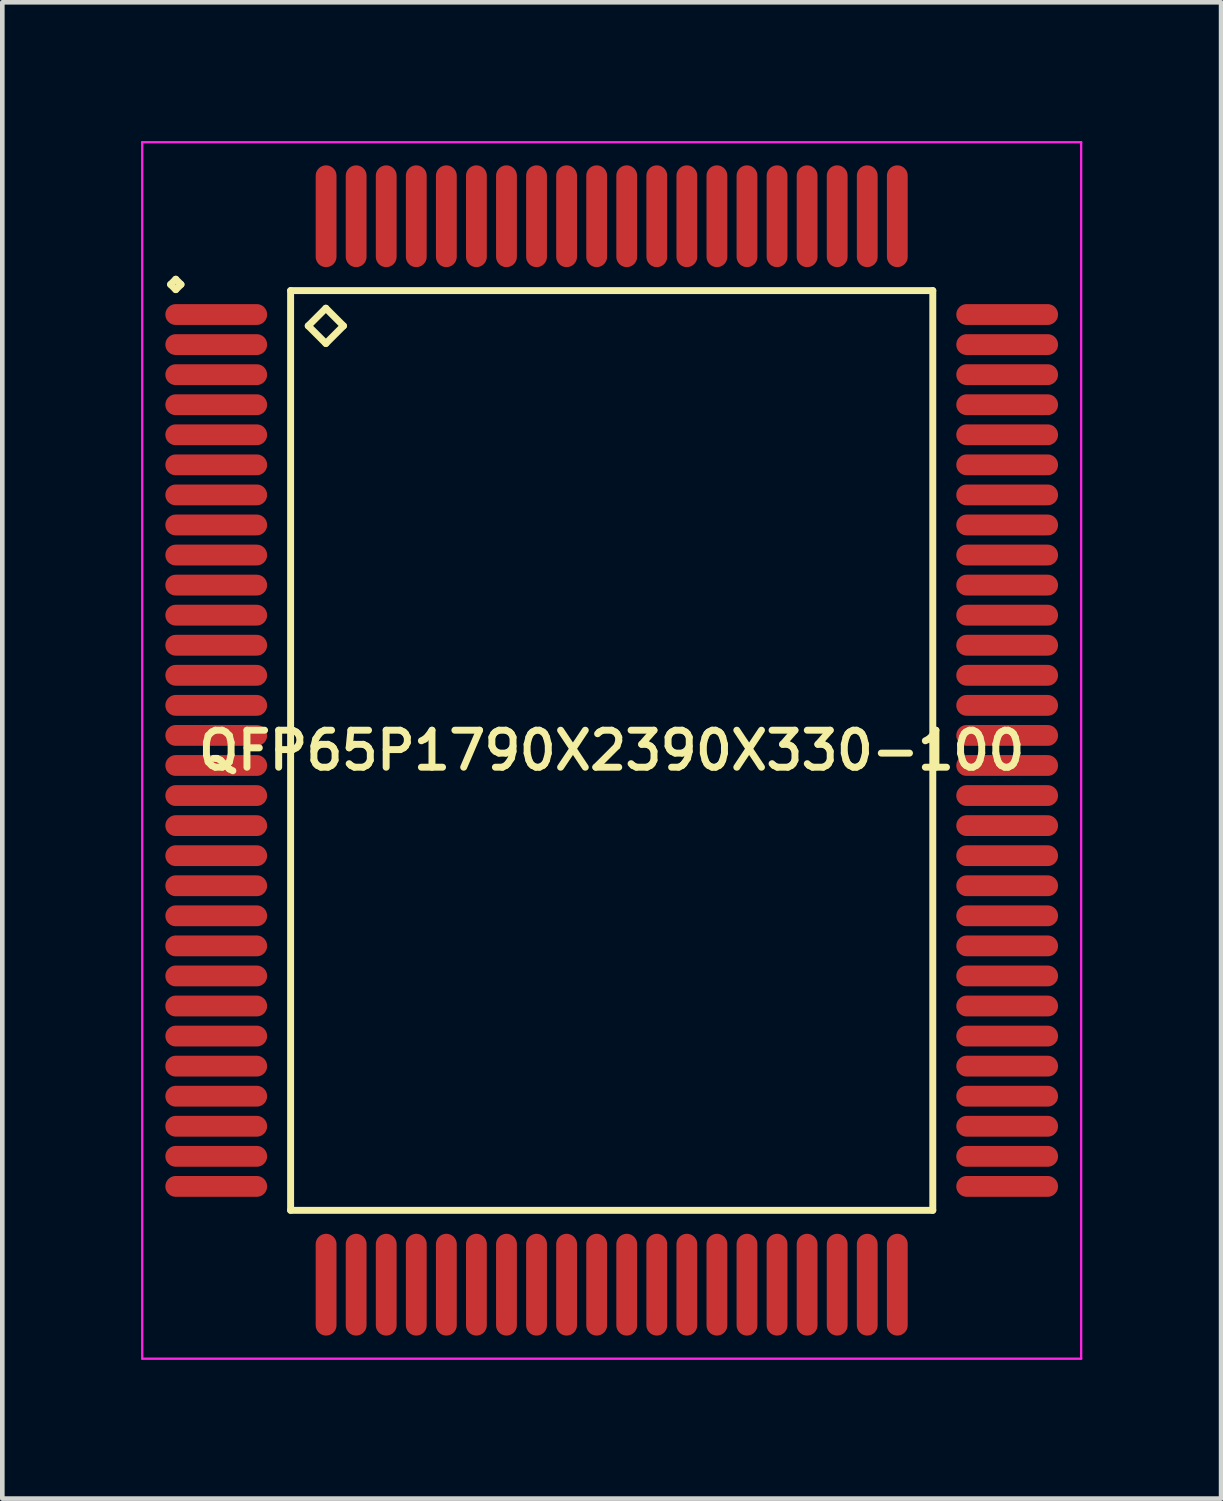
<source format=kicad_pcb>
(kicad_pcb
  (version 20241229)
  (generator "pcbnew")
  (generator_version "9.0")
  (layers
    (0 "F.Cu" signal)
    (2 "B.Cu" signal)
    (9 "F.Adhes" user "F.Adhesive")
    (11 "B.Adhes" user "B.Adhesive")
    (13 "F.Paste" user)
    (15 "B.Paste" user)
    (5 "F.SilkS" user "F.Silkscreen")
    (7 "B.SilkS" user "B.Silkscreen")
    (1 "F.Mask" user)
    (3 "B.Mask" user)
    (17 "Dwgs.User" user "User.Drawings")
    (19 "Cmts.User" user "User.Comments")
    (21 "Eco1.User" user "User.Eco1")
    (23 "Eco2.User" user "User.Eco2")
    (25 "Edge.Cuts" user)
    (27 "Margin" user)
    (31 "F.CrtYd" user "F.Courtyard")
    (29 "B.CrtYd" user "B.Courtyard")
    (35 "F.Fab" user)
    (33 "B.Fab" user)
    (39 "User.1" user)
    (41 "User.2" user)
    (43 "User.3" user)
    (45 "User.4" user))
  (footprint "QFP65P1790X2390X330-100"
    (layer "F.Cu")
    (at 10.175 13.175)
    (property "Reference" "QFP65P1790X2390X330-100" (at 0 0 0) (layer "F.SilkS") (effects (font (size 0.8 0.8) (thickness 0.15))))
    (attr smd)
    (fp_line (start -9.537 -10.075) (end -9.425 -10.188) (stroke (width 0.15) (type solid)) (layer "F.SilkS"))
    (fp_line (start -9.425 -10.188) (end -9.312 -10.075) (stroke (width 0.15) (type solid)) (layer "F.SilkS"))
    (fp_line (start -9.425 -9.963) (end -9.537 -10.075) (stroke (width 0.15) (type solid)) (layer "F.SilkS"))
    (fp_line (start -9.312 -10.075) (end -9.425 -9.963) (stroke (width 0.15) (type solid)) (layer "F.SilkS"))
    (fp_line (start -6.942 -9.942) (end -6.942 9.942) (stroke (width 0.15) (type solid)) (layer "F.SilkS"))
    (fp_line (start -6.942 9.942) (end 6.942 9.942) (stroke (width 0.15) (type solid)) (layer "F.SilkS"))
    (fp_line (start -6.561 -9.18) (end -6.18 -9.561) (stroke (width 0.15) (type solid)) (layer "F.SilkS"))
    (fp_line (start -6.18 -9.561) (end -5.799 -9.18) (stroke (width 0.15) (type solid)) (layer "F.SilkS"))
    (fp_line (start -6.18 -8.799) (end -6.561 -9.18) (stroke (width 0.15) (type solid)) (layer "F.SilkS"))
    (fp_line (start -5.799 -9.18) (end -6.18 -8.799) (stroke (width 0.15) (type solid)) (layer "F.SilkS"))
    (fp_line (start 6.942 -9.942) (end -6.942 -9.942) (stroke (width 0.15) (type solid)) (layer "F.SilkS"))
    (fp_line (start 6.942 9.942) (end 6.942 -9.942) (stroke (width 0.15) (type solid)) (layer "F.SilkS"))
    (fp_line (start -10.15 -13.15) (end 10.15 -13.15) (stroke (width 0.05) (type solid)) (layer "F.CrtYd"))
    (fp_line (start -10.15 13.15) (end -10.15 -13.15) (stroke (width 0.05) (type solid)) (layer "F.CrtYd"))
    (fp_line (start 10.15 -13.15) (end 10.15 13.15) (stroke (width 0.05) (type solid)) (layer "F.CrtYd"))
    (fp_line (start 10.15 13.15) (end -10.15 13.15) (stroke (width 0.05) (type solid)) (layer "F.CrtYd"))
    (pad "1" smd oval (at -8.55 -9.425) (size 2.2 0.45) (layers "F.Cu" "F.Mask" "F.Paste"))
    (pad "2" smd oval (at -8.55 -8.775) (size 2.2 0.45) (layers "F.Cu" "F.Mask" "F.Paste"))
    (pad "3" smd oval (at -8.55 -8.125) (size 2.2 0.45) (layers "F.Cu" "F.Mask" "F.Paste"))
    (pad "4" smd oval (at -8.55 -7.475) (size 2.2 0.45) (layers "F.Cu" "F.Mask" "F.Paste"))
    (pad "5" smd oval (at -8.55 -6.825) (size 2.2 0.45) (layers "F.Cu" "F.Mask" "F.Paste"))
    (pad "6" smd oval (at -8.55 -6.175) (size 2.2 0.45) (layers "F.Cu" "F.Mask" "F.Paste"))
    (pad "7" smd oval (at -8.55 -5.525) (size 2.2 0.45) (layers "F.Cu" "F.Mask" "F.Paste"))
    (pad "8" smd oval (at -8.55 -4.875) (size 2.2 0.45) (layers "F.Cu" "F.Mask" "F.Paste"))
    (pad "9" smd oval (at -8.55 -4.225) (size 2.2 0.45) (layers "F.Cu" "F.Mask" "F.Paste"))
    (pad "10" smd oval (at -8.55 -3.575) (size 2.2 0.45) (layers "F.Cu" "F.Mask" "F.Paste"))
    (pad "11" smd oval (at -8.55 -2.925) (size 2.2 0.45) (layers "F.Cu" "F.Mask" "F.Paste"))
    (pad "12" smd oval (at -8.55 -2.275) (size 2.2 0.45) (layers "F.Cu" "F.Mask" "F.Paste"))
    (pad "13" smd oval (at -8.55 -1.625) (size 2.2 0.45) (layers "F.Cu" "F.Mask" "F.Paste"))
    (pad "14" smd oval (at -8.55 -0.975) (size 2.2 0.45) (layers "F.Cu" "F.Mask" "F.Paste"))
    (pad "15" smd oval (at -8.55 -0.325) (size 2.2 0.45) (layers "F.Cu" "F.Mask" "F.Paste"))
    (pad "16" smd oval (at -8.55 0.325) (size 2.2 0.45) (layers "F.Cu" "F.Mask" "F.Paste"))
    (pad "17" smd oval (at -8.55 0.975) (size 2.2 0.45) (layers "F.Cu" "F.Mask" "F.Paste"))
    (pad "18" smd oval (at -8.55 1.625) (size 2.2 0.45) (layers "F.Cu" "F.Mask" "F.Paste"))
    (pad "19" smd oval (at -8.55 2.275) (size 2.2 0.45) (layers "F.Cu" "F.Mask" "F.Paste"))
    (pad "20" smd oval (at -8.55 2.925) (size 2.2 0.45) (layers "F.Cu" "F.Mask" "F.Paste"))
    (pad "21" smd oval (at -8.55 3.575) (size 2.2 0.45) (layers "F.Cu" "F.Mask" "F.Paste"))
    (pad "22" smd oval (at -8.55 4.225) (size 2.2 0.45) (layers "F.Cu" "F.Mask" "F.Paste"))
    (pad "23" smd oval (at -8.55 4.875) (size 2.2 0.45) (layers "F.Cu" "F.Mask" "F.Paste"))
    (pad "24" smd oval (at -8.55 5.525) (size 2.2 0.45) (layers "F.Cu" "F.Mask" "F.Paste"))
    (pad "25" smd oval (at -8.55 6.175) (size 2.2 0.45) (layers "F.Cu" "F.Mask" "F.Paste"))
    (pad "26" smd oval (at -8.55 6.825) (size 2.2 0.45) (layers "F.Cu" "F.Mask" "F.Paste"))
    (pad "27" smd oval (at -8.55 7.475) (size 2.2 0.45) (layers "F.Cu" "F.Mask" "F.Paste"))
    (pad "28" smd oval (at -8.55 8.125) (size 2.2 0.45) (layers "F.Cu" "F.Mask" "F.Paste"))
    (pad "29" smd oval (at -8.55 8.775) (size 2.2 0.45) (layers "F.Cu" "F.Mask" "F.Paste"))
    (pad "30" smd oval (at -8.55 9.425) (size 2.2 0.45) (layers "F.Cu" "F.Mask" "F.Paste"))
    (pad "31" smd oval (at -6.175 11.55) (size 0.45 2.2) (layers "F.Cu" "F.Mask" "F.Paste"))
    (pad "32" smd oval (at -5.525 11.55) (size 0.45 2.2) (layers "F.Cu" "F.Mask" "F.Paste"))
    (pad "33" smd oval (at -4.875 11.55) (size 0.45 2.2) (layers "F.Cu" "F.Mask" "F.Paste"))
    (pad "34" smd oval (at -4.225 11.55) (size 0.45 2.2) (layers "F.Cu" "F.Mask" "F.Paste"))
    (pad "35" smd oval (at -3.575 11.55) (size 0.45 2.2) (layers "F.Cu" "F.Mask" "F.Paste"))
    (pad "36" smd oval (at -2.925 11.55) (size 0.45 2.2) (layers "F.Cu" "F.Mask" "F.Paste"))
    (pad "37" smd oval (at -2.275 11.55) (size 0.45 2.2) (layers "F.Cu" "F.Mask" "F.Paste"))
    (pad "38" smd oval (at -1.625 11.55) (size 0.45 2.2) (layers "F.Cu" "F.Mask" "F.Paste"))
    (pad "39" smd oval (at -0.975 11.55) (size 0.45 2.2) (layers "F.Cu" "F.Mask" "F.Paste"))
    (pad "40" smd oval (at -0.325 11.55) (size 0.45 2.2) (layers "F.Cu" "F.Mask" "F.Paste"))
    (pad "41" smd oval (at 0.325 11.55) (size 0.45 2.2) (layers "F.Cu" "F.Mask" "F.Paste"))
    (pad "42" smd oval (at 0.975 11.55) (size 0.45 2.2) (layers "F.Cu" "F.Mask" "F.Paste"))
    (pad "43" smd oval (at 1.625 11.55) (size 0.45 2.2) (layers "F.Cu" "F.Mask" "F.Paste"))
    (pad "44" smd oval (at 2.275 11.55) (size 0.45 2.2) (layers "F.Cu" "F.Mask" "F.Paste"))
    (pad "45" smd oval (at 2.925 11.55) (size 0.45 2.2) (layers "F.Cu" "F.Mask" "F.Paste"))
    (pad "46" smd oval (at 3.575 11.55) (size 0.45 2.2) (layers "F.Cu" "F.Mask" "F.Paste"))
    (pad "47" smd oval (at 4.225 11.55) (size 0.45 2.2) (layers "F.Cu" "F.Mask" "F.Paste"))
    (pad "48" smd oval (at 4.875 11.55) (size 0.45 2.2) (layers "F.Cu" "F.Mask" "F.Paste"))
    (pad "49" smd oval (at 5.525 11.55) (size 0.45 2.2) (layers "F.Cu" "F.Mask" "F.Paste"))
    (pad "50" smd oval (at 6.175 11.55) (size 0.45 2.2) (layers "F.Cu" "F.Mask" "F.Paste"))
    (pad "51" smd oval (at 8.55 9.425) (size 2.2 0.45) (layers "F.Cu" "F.Mask" "F.Paste"))
    (pad "52" smd oval (at 8.55 8.775) (size 2.2 0.45) (layers "F.Cu" "F.Mask" "F.Paste"))
    (pad "53" smd oval (at 8.55 8.125) (size 2.2 0.45) (layers "F.Cu" "F.Mask" "F.Paste"))
    (pad "54" smd oval (at 8.55 7.475) (size 2.2 0.45) (layers "F.Cu" "F.Mask" "F.Paste"))
    (pad "55" smd oval (at 8.55 6.825) (size 2.2 0.45) (layers "F.Cu" "F.Mask" "F.Paste"))
    (pad "56" smd oval (at 8.55 6.175) (size 2.2 0.45) (layers "F.Cu" "F.Mask" "F.Paste"))
    (pad "57" smd oval (at 8.55 5.525) (size 2.2 0.45) (layers "F.Cu" "F.Mask" "F.Paste"))
    (pad "58" smd oval (at 8.55 4.875) (size 2.2 0.45) (layers "F.Cu" "F.Mask" "F.Paste"))
    (pad "59" smd oval (at 8.55 4.225) (size 2.2 0.45) (layers "F.Cu" "F.Mask" "F.Paste"))
    (pad "60" smd oval (at 8.55 3.575) (size 2.2 0.45) (layers "F.Cu" "F.Mask" "F.Paste"))
    (pad "61" smd oval (at 8.55 2.925) (size 2.2 0.45) (layers "F.Cu" "F.Mask" "F.Paste"))
    (pad "62" smd oval (at 8.55 2.275) (size 2.2 0.45) (layers "F.Cu" "F.Mask" "F.Paste"))
    (pad "63" smd oval (at 8.55 1.625) (size 2.2 0.45) (layers "F.Cu" "F.Mask" "F.Paste"))
    (pad "64" smd oval (at 8.55 0.975) (size 2.2 0.45) (layers "F.Cu" "F.Mask" "F.Paste"))
    (pad "65" smd oval (at 8.55 0.325) (size 2.2 0.45) (layers "F.Cu" "F.Mask" "F.Paste"))
    (pad "66" smd oval (at 8.55 -0.325) (size 2.2 0.45) (layers "F.Cu" "F.Mask" "F.Paste"))
    (pad "67" smd oval (at 8.55 -0.975) (size 2.2 0.45) (layers "F.Cu" "F.Mask" "F.Paste"))
    (pad "68" smd oval (at 8.55 -1.625) (size 2.2 0.45) (layers "F.Cu" "F.Mask" "F.Paste"))
    (pad "69" smd oval (at 8.55 -2.275) (size 2.2 0.45) (layers "F.Cu" "F.Mask" "F.Paste"))
    (pad "70" smd oval (at 8.55 -2.925) (size 2.2 0.45) (layers "F.Cu" "F.Mask" "F.Paste"))
    (pad "71" smd oval (at 8.55 -3.575) (size 2.2 0.45) (layers "F.Cu" "F.Mask" "F.Paste"))
    (pad "72" smd oval (at 8.55 -4.225) (size 2.2 0.45) (layers "F.Cu" "F.Mask" "F.Paste"))
    (pad "73" smd oval (at 8.55 -4.875) (size 2.2 0.45) (layers "F.Cu" "F.Mask" "F.Paste"))
    (pad "74" smd oval (at 8.55 -5.525) (size 2.2 0.45) (layers "F.Cu" "F.Mask" "F.Paste"))
    (pad "75" smd oval (at 8.55 -6.175) (size 2.2 0.45) (layers "F.Cu" "F.Mask" "F.Paste"))
    (pad "76" smd oval (at 8.55 -6.825) (size 2.2 0.45) (layers "F.Cu" "F.Mask" "F.Paste"))
    (pad "77" smd oval (at 8.55 -7.475) (size 2.2 0.45) (layers "F.Cu" "F.Mask" "F.Paste"))
    (pad "78" smd oval (at 8.55 -8.125) (size 2.2 0.45) (layers "F.Cu" "F.Mask" "F.Paste"))
    (pad "79" smd oval (at 8.55 -8.775) (size 2.2 0.45) (layers "F.Cu" "F.Mask" "F.Paste"))
    (pad "80" smd oval (at 8.55 -9.425) (size 2.2 0.45) (layers "F.Cu" "F.Mask" "F.Paste"))
    (pad "81" smd oval (at 6.175 -11.55) (size 0.45 2.2) (layers "F.Cu" "F.Mask" "F.Paste"))
    (pad "82" smd oval (at 5.525 -11.55) (size 0.45 2.2) (layers "F.Cu" "F.Mask" "F.Paste"))
    (pad "83" smd oval (at 4.875 -11.55) (size 0.45 2.2) (layers "F.Cu" "F.Mask" "F.Paste"))
    (pad "84" smd oval (at 4.225 -11.55) (size 0.45 2.2) (layers "F.Cu" "F.Mask" "F.Paste"))
    (pad "85" smd oval (at 3.575 -11.55) (size 0.45 2.2) (layers "F.Cu" "F.Mask" "F.Paste"))
    (pad "86" smd oval (at 2.925 -11.55) (size 0.45 2.2) (layers "F.Cu" "F.Mask" "F.Paste"))
    (pad "87" smd oval (at 2.275 -11.55) (size 0.45 2.2) (layers "F.Cu" "F.Mask" "F.Paste"))
    (pad "88" smd oval (at 1.625 -11.55) (size 0.45 2.2) (layers "F.Cu" "F.Mask" "F.Paste"))
    (pad "89" smd oval (at 0.975 -11.55) (size 0.45 2.2) (layers "F.Cu" "F.Mask" "F.Paste"))
    (pad "90" smd oval (at 0.325 -11.55) (size 0.45 2.2) (layers "F.Cu" "F.Mask" "F.Paste"))
    (pad "91" smd oval (at -0.325 -11.55) (size 0.45 2.2) (layers "F.Cu" "F.Mask" "F.Paste"))
    (pad "92" smd oval (at -0.975 -11.55) (size 0.45 2.2) (layers "F.Cu" "F.Mask" "F.Paste"))
    (pad "93" smd oval (at -1.625 -11.55) (size 0.45 2.2) (layers "F.Cu" "F.Mask" "F.Paste"))
    (pad "94" smd oval (at -2.275 -11.55) (size 0.45 2.2) (layers "F.Cu" "F.Mask" "F.Paste"))
    (pad "95" smd oval (at -2.925 -11.55) (size 0.45 2.2) (layers "F.Cu" "F.Mask" "F.Paste"))
    (pad "96" smd oval (at -3.575 -11.55) (size 0.45 2.2) (layers "F.Cu" "F.Mask" "F.Paste"))
    (pad "97" smd oval (at -4.225 -11.55) (size 0.45 2.2) (layers "F.Cu" "F.Mask" "F.Paste"))
    (pad "98" smd oval (at -4.875 -11.55) (size 0.45 2.2) (layers "F.Cu" "F.Mask" "F.Paste"))
    (pad "99" smd oval (at -5.525 -11.55) (size 0.45 2.2) (layers "F.Cu" "F.Mask" "F.Paste"))
    (pad "100" smd oval (at -6.175 -11.55) (size 0.45 2.2) (layers "F.Cu" "F.Mask" "F.Paste")))
  (gr_rect
    (start -3 -3)
    (end 23.35 29.35)
    (stroke (width 0.1) (type default))
    (fill no)
    (layer "Edge.Cuts")))
</source>
